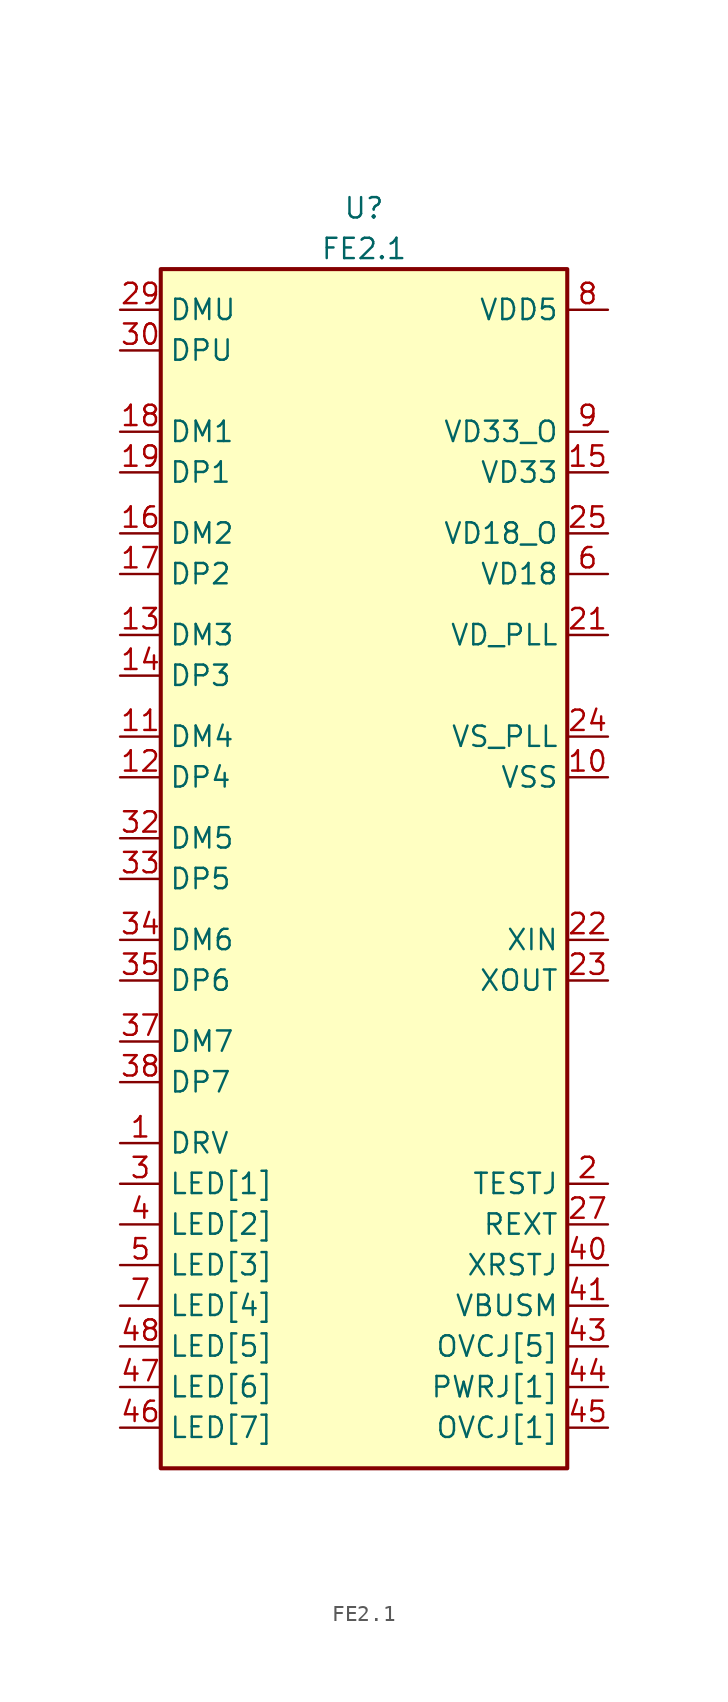
<source format=kicad_sym>
(kicad_symbol_lib
  (version 20231120)
  (generator "kicad_symbol_editor")
  (generator_version "8.0")
  (symbol "FE2.1"
    (property "Reference" "U"
      (at 0 3.81 0)
      (effects (font (size 1.27 1.27))))
    (property "Value" "FE2.1"
      (at 0 1.27 0)
      (effects (font (size 1.27 1.27))))
    (symbol "FE2.1_1_1"
      (rectangle (start -12.7 0) (end 12.7 -74.93) (stroke (width 0.254) (type default)) (fill (type background)))
      (pin output line (at -15.24 -54.61 0) (length 2.54) (name "DRV" (effects (font (size 1.27 1.27)))) (number "1" (effects (font (size 1.27 1.27)))))
      (pin power_in line (at 15.24 -31.75 180) (length 2.54) (name "VSS" (effects (font (size 1.27 1.27)))) (number "10" (effects (font (size 1.27 1.27)))))
      (pin bidirectional line (at -15.24 -29.21 0) (length 2.54) (name "DM4" (effects (font (size 1.27 1.27)))) (number "11" (effects (font (size 1.27 1.27)))))
      (pin bidirectional line (at -15.24 -31.75 0) (length 2.54) (name "DP4" (effects (font (size 1.27 1.27)))) (number "12" (effects (font (size 1.27 1.27)))))
      (pin bidirectional line (at -15.24 -22.86 0) (length 2.54) (name "DM3" (effects (font (size 1.27 1.27)))) (number "13" (effects (font (size 1.27 1.27)))))
      (pin bidirectional line (at -15.24 -25.4 0) (length 2.54) (name "DP3" (effects (font (size 1.27 1.27)))) (number "14" (effects (font (size 1.27 1.27)))))
      (pin power_in line (at 15.24 -12.7 180) (length 2.54) (name "VD33" (effects (font (size 1.27 1.27)))) (number "15" (effects (font (size 1.27 1.27)))))
      (pin bidirectional line (at -15.24 -16.51 0) (length 2.54) (name "DM2" (effects (font (size 1.27 1.27)))) (number "16" (effects (font (size 1.27 1.27)))))
      (pin bidirectional line (at -15.24 -19.05 0) (length 2.54) (name "DP2" (effects (font (size 1.27 1.27)))) (number "17" (effects (font (size 1.27 1.27)))))
      (pin bidirectional line (at -15.24 -10.16 0) (length 2.54) (name "DM1" (effects (font (size 1.27 1.27)))) (number "18" (effects (font (size 1.27 1.27)))))
      (pin bidirectional line (at -15.24 -12.7 0) (length 2.54) (name "DP1" (effects (font (size 1.27 1.27)))) (number "19" (effects (font (size 1.27 1.27)))))
      (pin bidirectional line (at 15.24 -57.15 180) (length 2.54) (name "TESTJ" (effects (font (size 1.27 1.27)))) (number "2" (effects (font (size 1.27 1.27)))))
      (pin power_in line (at 15.24 -12.7 180) (length 2.54) hide (name "VD33" (effects (font (size 1.27 1.27)))) (number "20" (effects (font (size 1.27 1.27)))))
      (pin power_in line (at 15.24 -22.86 180) (length 2.54) (name "VD_PLL" (effects (font (size 1.27 1.27)))) (number "21" (effects (font (size 1.27 1.27)))))
      (pin passive line (at 15.24 -41.91 180) (length 2.54) (name "XIN" (effects (font (size 1.27 1.27)))) (number "22" (effects (font (size 1.27 1.27)))))
      (pin passive line (at 15.24 -44.45 180) (length 2.54) (name "XOUT" (effects (font (size 1.27 1.27)))) (number "23" (effects (font (size 1.27 1.27)))))
      (pin power_in line (at 15.24 -29.21 180) (length 2.54) (name "VS_PLL" (effects (font (size 1.27 1.27)))) (number "24" (effects (font (size 1.27 1.27)))))
      (pin power_in line (at 15.24 -16.51 180) (length 2.54) (name "VD18_O" (effects (font (size 1.27 1.27)))) (number "25" (effects (font (size 1.27 1.27)))))
      (pin power_in line (at 15.24 -12.7 180) (length 2.54) hide (name "VD33" (effects (font (size 1.27 1.27)))) (number "26" (effects (font (size 1.27 1.27)))))
      (pin passive line (at 15.24 -59.69 180) (length 2.54) (name "REXT" (effects (font (size 1.27 1.27)))) (number "27" (effects (font (size 1.27 1.27)))))
      (pin power_in line (at 15.24 -19.05 180) (length 2.54) hide (name "VD18" (effects (font (size 1.27 1.27)))) (number "28" (effects (font (size 1.27 1.27)))))
      (pin bidirectional line (at -15.24 -2.54 0) (length 2.54) (name "DMU" (effects (font (size 1.27 1.27)))) (number "29" (effects (font (size 1.27 1.27)))))
      (pin passive line (at -15.24 -57.15 0) (length 2.54) (name "LED[1]" (effects (font (size 1.27 1.27)))) (number "3" (effects (font (size 1.27 1.27)))))
      (pin bidirectional line (at -15.24 -5.08 0) (length 2.54) (name "DPU" (effects (font (size 1.27 1.27)))) (number "30" (effects (font (size 1.27 1.27)))))
      (pin power_in line (at 15.24 -12.7 180) (length 2.54) hide (name "VD33" (effects (font (size 1.27 1.27)))) (number "31" (effects (font (size 1.27 1.27)))))
      (pin bidirectional line (at -15.24 -35.56 0) (length 2.54) (name "DM5" (effects (font (size 1.27 1.27)))) (number "32" (effects (font (size 1.27 1.27)))))
      (pin bidirectional line (at -15.24 -38.1 0) (length 2.54) (name "DP5" (effects (font (size 1.27 1.27)))) (number "33" (effects (font (size 1.27 1.27)))))
      (pin bidirectional line (at -15.24 -41.91 0) (length 2.54) (name "DM6" (effects (font (size 1.27 1.27)))) (number "34" (effects (font (size 1.27 1.27)))))
      (pin bidirectional line (at -15.24 -44.45 0) (length 2.54) (name "DP6" (effects (font (size 1.27 1.27)))) (number "35" (effects (font (size 1.27 1.27)))))
      (pin power_in line (at 15.24 -12.7 180) (length 2.54) hide (name "VD33" (effects (font (size 1.27 1.27)))) (number "36" (effects (font (size 1.27 1.27)))))
      (pin bidirectional line (at -15.24 -48.26 0) (length 2.54) (name "DM7" (effects (font (size 1.27 1.27)))) (number "37" (effects (font (size 1.27 1.27)))))
      (pin bidirectional line (at -15.24 -50.8 0) (length 2.54) (name "DP7" (effects (font (size 1.27 1.27)))) (number "38" (effects (font (size 1.27 1.27)))))
      (pin power_in line (at 15.24 -31.75 180) (length 2.54) hide (name "VSS" (effects (font (size 1.27 1.27)))) (number "39" (effects (font (size 1.27 1.27)))))
      (pin passive line (at -15.24 -59.69 0) (length 2.54) (name "LED[2]" (effects (font (size 1.27 1.27)))) (number "4" (effects (font (size 1.27 1.27)))))
      (pin input line (at 15.24 -62.23 180) (length 2.54) (name "XRSTJ" (effects (font (size 1.27 1.27)))) (number "40" (effects (font (size 1.27 1.27)))))
      (pin input line (at 15.24 -64.77 180) (length 2.54) (name "VBUSM" (effects (font (size 1.27 1.27)))) (number "41" (effects (font (size 1.27 1.27)))))
      (pin power_in line (at 15.24 -12.7 180) (length 2.54) hide (name "VD33" (effects (font (size 1.27 1.27)))) (number "42" (effects (font (size 1.27 1.27)))))
      (pin input line (at 15.24 -67.31 180) (length 2.54) (name "OVCJ[5]" (effects (font (size 1.27 1.27)))) (number "43" (effects (font (size 1.27 1.27)))))
      (pin open_collector line (at 15.24 -69.85 180) (length 2.54) (name "PWRJ[1]" (effects (font (size 1.27 1.27)))) (number "44" (effects (font (size 1.27 1.27)))))
      (pin input line (at 15.24 -72.39 180) (length 2.54) (name "OVCJ[1]" (effects (font (size 1.27 1.27)))) (number "45" (effects (font (size 1.27 1.27)))))
      (pin passive line (at -15.24 -72.39 0) (length 2.54) (name "LED[7]" (effects (font (size 1.27 1.27)))) (number "46" (effects (font (size 1.27 1.27)))))
      (pin passive line (at -15.24 -69.85 0) (length 2.54) (name "LED[6]" (effects (font (size 1.27 1.27)))) (number "47" (effects (font (size 1.27 1.27)))))
      (pin output line (at -15.24 -67.31 0) (length 2.54) (name "LED[5]" (effects (font (size 1.27 1.27)))) (number "48" (effects (font (size 1.27 1.27)))))
      (pin passive line (at -15.24 -62.23 0) (length 2.54) (name "LED[3]" (effects (font (size 1.27 1.27)))) (number "5" (effects (font (size 1.27 1.27)))))
      (pin power_in line (at 15.24 -19.05 180) (length 2.54) (name "VD18" (effects (font (size 1.27 1.27)))) (number "6" (effects (font (size 1.27 1.27)))))
      (pin passive line (at -15.24 -64.77 0) (length 2.54) (name "LED[4]" (effects (font (size 1.27 1.27)))) (number "7" (effects (font (size 1.27 1.27)))))
      (pin power_in line (at 15.24 -2.54 180) (length 2.54) (name "VDD5" (effects (font (size 1.27 1.27)))) (number "8" (effects (font (size 1.27 1.27)))))
      (pin power_in line (at 15.24 -10.16 180) (length 2.54) (name "VD33_O" (effects (font (size 1.27 1.27)))) (number "9" (effects (font (size 1.27 1.27))))))))
</source>
